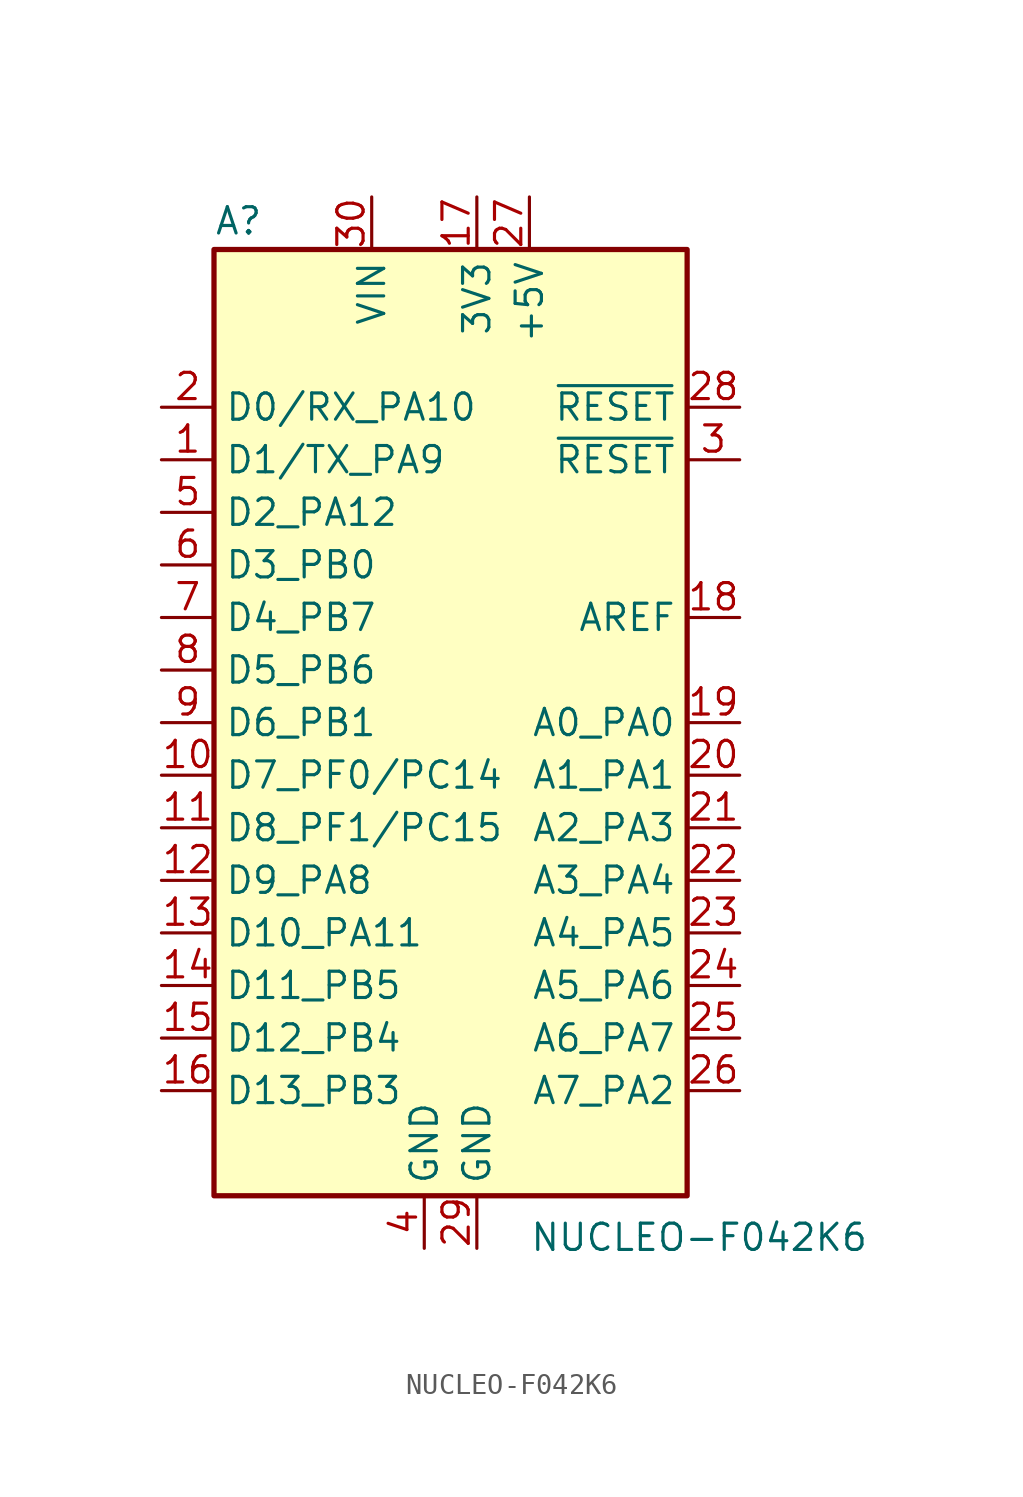
<source format=kicad_sym>
(kicad_symbol_lib
  (version 20241209)
  (generator "kicad_symbol_editor")
  (generator_version "9.0")
  (symbol "NUCLEO-F042K6"
    (property "Reference" "A"
      (at 2.54 10.795 0)
      (effects (font (size 1.27 1.27)) (justify left bottom)))
    (property "Value" "NUCLEO-F042K6"
      (at 17.78 -36.83 0)
      (effects (font (size 1.27 1.27)) (justify left top)))
    (symbol "NUCLEO-F042K6_0_1"
      (rectangle (start 2.54 10.16) (end 25.4 -35.56) (stroke (width 0.254) (type default)) (fill (type background))))
    (symbol "NUCLEO-F042K6_1_1"
      (pin bidirectional line (at 0 2.54 0) (length 2.54) (name "D0/RX_PA10" (effects (font (size 1.27 1.27)))) (number "2" (effects (font (size 1.27 1.27)))))
      (pin bidirectional line (at 0 0 0) (length 2.54) (name "D1/TX_PA9" (effects (font (size 1.27 1.27)))) (number "1" (effects (font (size 1.27 1.27)))))
      (pin bidirectional line (at 0 -2.54 0) (length 2.54) (name "D2_PA12" (effects (font (size 1.27 1.27)))) (number "5" (effects (font (size 1.27 1.27)))))
      (pin bidirectional line (at 0 -5.08 0) (length 2.54) (name "D3_PB0" (effects (font (size 1.27 1.27)))) (number "6" (effects (font (size 1.27 1.27)))))
      (pin bidirectional line (at 0 -7.62 0) (length 2.54) (name "D4_PB7" (effects (font (size 1.27 1.27)))) (number "7" (effects (font (size 1.27 1.27)))))
      (pin bidirectional line (at 0 -10.16 0) (length 2.54) (name "D5_PB6" (effects (font (size 1.27 1.27)))) (number "8" (effects (font (size 1.27 1.27)))))
      (pin bidirectional line (at 0 -12.7 0) (length 2.54) (name "D6_PB1" (effects (font (size 1.27 1.27)))) (number "9" (effects (font (size 1.27 1.27)))))
      (pin bidirectional line (at 0 -15.24 0) (length 2.54) (name "D7_PF0/PC14" (effects (font (size 1.27 1.27)))) (number "10" (effects (font (size 1.27 1.27)))))
      (pin bidirectional line (at 0 -17.78 0) (length 2.54) (name "D8_PF1/PC15" (effects (font (size 1.27 1.27)))) (number "11" (effects (font (size 1.27 1.27)))))
      (pin bidirectional line (at 0 -20.32 0) (length 2.54) (name "D9_PA8" (effects (font (size 1.27 1.27)))) (number "12" (effects (font (size 1.27 1.27)))))
      (pin bidirectional line (at 0 -22.86 0) (length 2.54) (name "D10_PA11" (effects (font (size 1.27 1.27)))) (number "13" (effects (font (size 1.27 1.27)))))
      (pin bidirectional line (at 0 -25.4 0) (length 2.54) (name "D11_PB5" (effects (font (size 1.27 1.27)))) (number "14" (effects (font (size 1.27 1.27)))))
      (pin bidirectional line (at 0 -27.94 0) (length 2.54) (name "D12_PB4" (effects (font (size 1.27 1.27)))) (number "15" (effects (font (size 1.27 1.27)))))
      (pin bidirectional line (at 0 -30.48 0) (length 2.54) (name "D13_PB3" (effects (font (size 1.27 1.27)))) (number "16" (effects (font (size 1.27 1.27)))))
      (pin power_in line (at 10.16 12.7 270) (length 2.54) (name "VIN" (effects (font (size 1.27 1.27)))) (number "30" (effects (font (size 1.27 1.27)))))
      (pin power_in line (at 12.7 -38.1 90) (length 2.54) (name "GND" (effects (font (size 1.27 1.27)))) (number "4" (effects (font (size 1.27 1.27)))))
      (pin power_out line (at 15.24 12.7 270) (length 2.54) (name "3V3" (effects (font (size 1.27 1.27)))) (number "17" (effects (font (size 1.27 1.27)))))
      (pin power_in line (at 15.24 -38.1 90) (length 2.54) (name "GND" (effects (font (size 1.27 1.27)))) (number "29" (effects (font (size 1.27 1.27)))))
      (pin power_out line (at 17.78 12.7 270) (length 2.54) (name "+5V" (effects (font (size 1.27 1.27)))) (number "27" (effects (font (size 1.27 1.27)))))
      (pin input line (at 27.94 2.54 180) (length 2.54) (name "~{RESET}" (effects (font (size 1.27 1.27)))) (number "28" (effects (font (size 1.27 1.27)))))
      (pin input line (at 27.94 0 180) (length 2.54) (name "~{RESET}" (effects (font (size 1.27 1.27)))) (number "3" (effects (font (size 1.27 1.27)))))
      (pin input line (at 27.94 -7.62 180) (length 2.54) (name "AREF" (effects (font (size 1.27 1.27)))) (number "18" (effects (font (size 1.27 1.27)))))
      (pin bidirectional line (at 27.94 -12.7 180) (length 2.54) (name "A0_PA0" (effects (font (size 1.27 1.27)))) (number "19" (effects (font (size 1.27 1.27)))))
      (pin bidirectional line (at 27.94 -15.24 180) (length 2.54) (name "A1_PA1" (effects (font (size 1.27 1.27)))) (number "20" (effects (font (size 1.27 1.27)))))
      (pin bidirectional line (at 27.94 -17.78 180) (length 2.54) (name "A2_PA3" (effects (font (size 1.27 1.27)))) (number "21" (effects (font (size 1.27 1.27)))))
      (pin bidirectional line (at 27.94 -20.32 180) (length 2.54) (name "A3_PA4" (effects (font (size 1.27 1.27)))) (number "22" (effects (font (size 1.27 1.27)))))
      (pin bidirectional line (at 27.94 -22.86 180) (length 2.54) (name "A4_PA5" (effects (font (size 1.27 1.27)))) (number "23" (effects (font (size 1.27 1.27)))))
      (pin bidirectional line (at 27.94 -25.4 180) (length 2.54) (name "A5_PA6" (effects (font (size 1.27 1.27)))) (number "24" (effects (font (size 1.27 1.27)))))
      (pin bidirectional line (at 27.94 -27.94 180) (length 2.54) (name "A6_PA7" (effects (font (size 1.27 1.27)))) (number "25" (effects (font (size 1.27 1.27)))))
      (pin bidirectional line (at 27.94 -30.48 180) (length 2.54) (name "A7_PA2" (effects (font (size 1.27 1.27)))) (number "26" (effects (font (size 1.27 1.27))))))))
</source>
